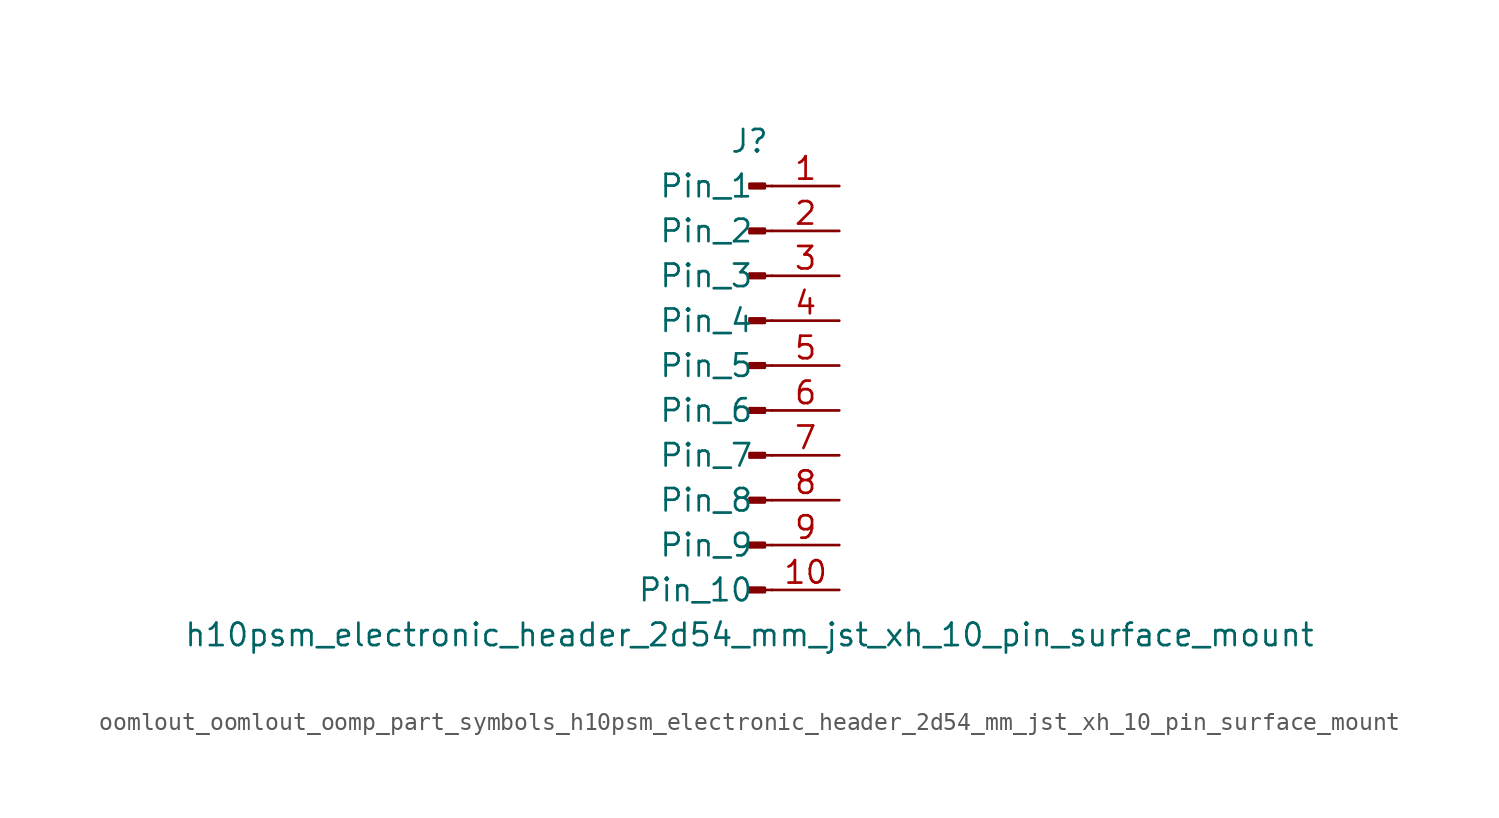
<source format=kicad_sym>
(kicad_symbol_lib
  (version 20220914)
  (generator kicad_symbol_editor)
  (symbol "oomlout_oomlout_oomp_part_symbols_h10psm_electronic_header_2d54_mm_jst_xh_10_pin_surface_mount"
    (pin_names
      (offset 1.016))
    (property "Reference" "J"
      (at 0 12.7 0)
      (effects (font (size 1.27 1.27))))
    (property "Value" "h10psm_electronic_header_2d54_mm_jst_xh_10_pin_surface_mount"
      (at 0 -15.24 0)
      (effects (font (size 1.27 1.27))))
    (property "ki_locked" ""
      (at 0 0 0)
      (effects (font (size 1.27 1.27))))
    (symbol "oomlout_oomlout_oomp_part_symbols_h10psm_electronic_header_2d54_mm_jst_xh_10_pin_surface_mount_1_1"
      (polyline (pts (xy 1.27 -12.7) (xy 0.864 -12.7)) (stroke (width 0.152) (type default)) (fill (type none)))
      (polyline (pts (xy 1.27 -10.16) (xy 0.864 -10.16)) (stroke (width 0.152) (type default)) (fill (type none)))
      (polyline (pts (xy 1.27 -7.62) (xy 0.864 -7.62)) (stroke (width 0.152) (type default)) (fill (type none)))
      (polyline (pts (xy 1.27 -5.08) (xy 0.864 -5.08)) (stroke (width 0.152) (type default)) (fill (type none)))
      (polyline (pts (xy 1.27 -2.54) (xy 0.864 -2.54)) (stroke (width 0.152) (type default)) (fill (type none)))
      (polyline (pts (xy 1.27 0) (xy 0.864 0)) (stroke (width 0.152) (type default)) (fill (type none)))
      (polyline (pts (xy 1.27 2.54) (xy 0.864 2.54)) (stroke (width 0.152) (type default)) (fill (type none)))
      (polyline (pts (xy 1.27 5.08) (xy 0.864 5.08)) (stroke (width 0.152) (type default)) (fill (type none)))
      (polyline (pts (xy 1.27 7.62) (xy 0.864 7.62)) (stroke (width 0.152) (type default)) (fill (type none)))
      (polyline (pts (xy 1.27 10.16) (xy 0.864 10.16)) (stroke (width 0.152) (type default)) (fill (type none)))
      (rectangle (start 0.864 -12.573) (end 0 -12.827) (stroke (width 0.152) (type default)) (fill (type outline)))
      (rectangle (start 0.864 -10.033) (end 0 -10.287) (stroke (width 0.152) (type default)) (fill (type outline)))
      (rectangle (start 0.864 -7.493) (end 0 -7.747) (stroke (width 0.152) (type default)) (fill (type outline)))
      (rectangle (start 0.864 -4.953) (end 0 -5.207) (stroke (width 0.152) (type default)) (fill (type outline)))
      (rectangle (start 0.864 -2.413) (end 0 -2.667) (stroke (width 0.152) (type default)) (fill (type outline)))
      (rectangle (start 0.864 0.127) (end 0 -0.127) (stroke (width 0.152) (type default)) (fill (type outline)))
      (rectangle (start 0.864 2.667) (end 0 2.413) (stroke (width 0.152) (type default)) (fill (type outline)))
      (rectangle (start 0.864 5.207) (end 0 4.953) (stroke (width 0.152) (type default)) (fill (type outline)))
      (rectangle (start 0.864 7.747) (end 0 7.493) (stroke (width 0.152) (type default)) (fill (type outline)))
      (rectangle (start 0.864 10.287) (end 0 10.033) (stroke (width 0.152) (type default)) (fill (type outline)))
      (pin passive line (at 5.08 10.16 180) (length 3.81) (name "Pin_1" (effects (font (size 1.27 1.27)))) (number "1" (effects (font (size 1.27 1.27)))))
      (pin passive line (at 5.08 -12.7 180) (length 3.81) (name "Pin_10" (effects (font (size 1.27 1.27)))) (number "10" (effects (font (size 1.27 1.27)))))
      (pin passive line (at 5.08 7.62 180) (length 3.81) (name "Pin_2" (effects (font (size 1.27 1.27)))) (number "2" (effects (font (size 1.27 1.27)))))
      (pin passive line (at 5.08 5.08 180) (length 3.81) (name "Pin_3" (effects (font (size 1.27 1.27)))) (number "3" (effects (font (size 1.27 1.27)))))
      (pin passive line (at 5.08 2.54 180) (length 3.81) (name "Pin_4" (effects (font (size 1.27 1.27)))) (number "4" (effects (font (size 1.27 1.27)))))
      (pin passive line (at 5.08 0 180) (length 3.81) (name "Pin_5" (effects (font (size 1.27 1.27)))) (number "5" (effects (font (size 1.27 1.27)))))
      (pin passive line (at 5.08 -2.54 180) (length 3.81) (name "Pin_6" (effects (font (size 1.27 1.27)))) (number "6" (effects (font (size 1.27 1.27)))))
      (pin passive line (at 5.08 -5.08 180) (length 3.81) (name "Pin_7" (effects (font (size 1.27 1.27)))) (number "7" (effects (font (size 1.27 1.27)))))
      (pin passive line (at 5.08 -7.62 180) (length 3.81) (name "Pin_8" (effects (font (size 1.27 1.27)))) (number "8" (effects (font (size 1.27 1.27)))))
      (pin passive line (at 5.08 -10.16 180) (length 3.81) (name "Pin_9" (effects (font (size 1.27 1.27)))) (number "9" (effects (font (size 1.27 1.27))))))))
</source>
